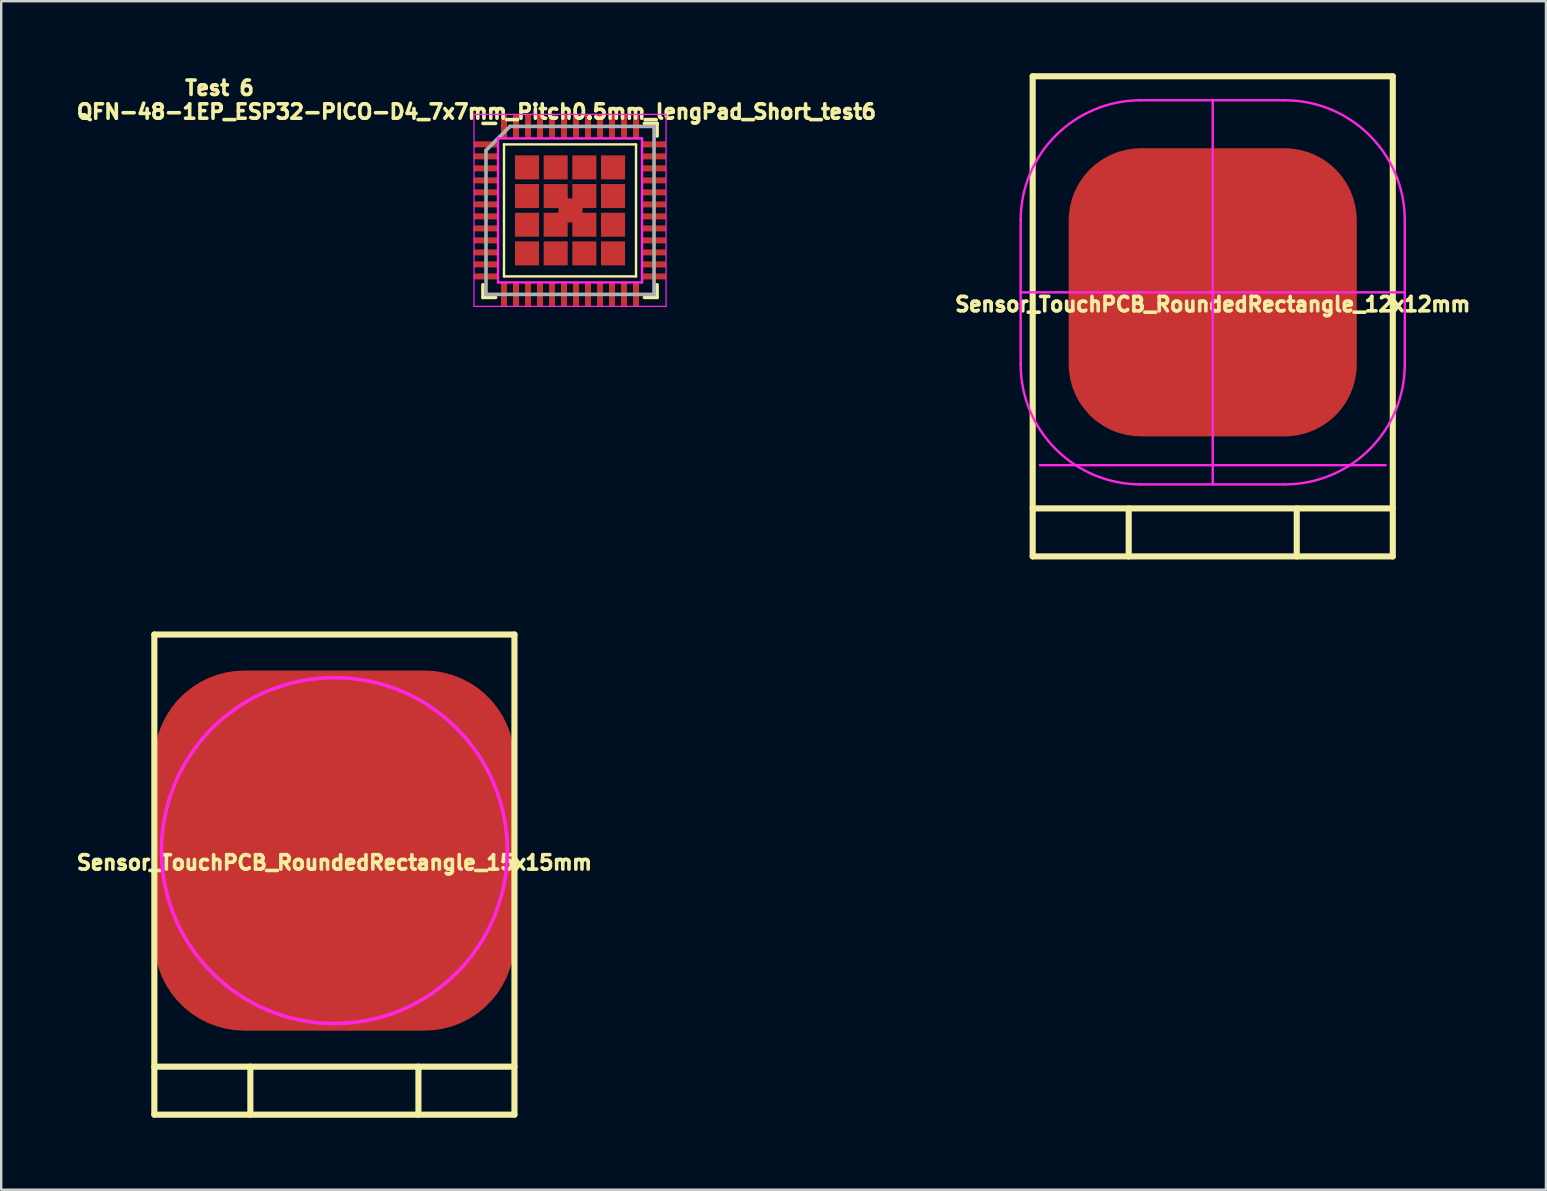
<source format=kicad_pcb>
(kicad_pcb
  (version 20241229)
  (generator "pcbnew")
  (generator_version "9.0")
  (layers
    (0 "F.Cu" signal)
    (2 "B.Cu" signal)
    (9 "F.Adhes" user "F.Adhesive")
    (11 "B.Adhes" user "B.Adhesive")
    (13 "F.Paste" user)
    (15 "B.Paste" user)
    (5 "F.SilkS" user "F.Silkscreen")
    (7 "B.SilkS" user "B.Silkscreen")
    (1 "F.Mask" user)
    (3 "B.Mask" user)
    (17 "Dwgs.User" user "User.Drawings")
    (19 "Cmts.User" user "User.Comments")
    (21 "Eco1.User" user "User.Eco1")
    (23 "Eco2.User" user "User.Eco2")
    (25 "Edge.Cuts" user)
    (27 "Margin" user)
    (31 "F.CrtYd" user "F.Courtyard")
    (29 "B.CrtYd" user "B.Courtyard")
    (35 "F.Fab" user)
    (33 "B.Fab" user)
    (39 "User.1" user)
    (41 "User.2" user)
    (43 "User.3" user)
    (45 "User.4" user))
  (footprint "Sensor_TouchPCB_RoundedRectangle_15x15mm"
    (layer "F.Cu")
    (at 10.879 32.381)
    (property "Reference" "Sensor_TouchPCB_RoundedRectangle_15x15mm" (at 0 0.5 0) (layer "F.SilkS") (effects (font (size 0.6 0.6) (thickness 0.15))))
    (attr through_hole)
    (fp_line (start -7.5 -9) (end 7.5 -9) (stroke (width 0.254) (type solid)) (layer "F.SilkS"))
    (fp_line (start -7.5 9) (end 7.5 9) (stroke (width 0.254) (type solid)) (layer "F.SilkS"))
    (fp_line (start -7.5 11) (end -7.5 -9) (stroke (width 0.254) (type solid)) (layer "F.SilkS"))
    (fp_line (start -3.5 9) (end -3.5 11) (stroke (width 0.254) (type solid)) (layer "F.SilkS"))
    (fp_line (start 3.5 9) (end 3.5 11) (stroke (width 0.254) (type solid)) (layer "F.SilkS"))
    (fp_line (start 7.5 -9) (end 7.5 11) (stroke (width 0.254) (type solid)) (layer "F.SilkS"))
    (fp_line (start 7.5 11) (end -7.5 11) (stroke (width 0.254) (type solid)) (layer "F.SilkS"))
    (fp_circle (center 0 0) (end 7.2 0.2) (stroke (width 0.15) (type solid)) (fill no) (layer "F.CrtYd"))
    (pad "1" smd roundrect (at 0 0) (size 15 15) (layers "F.Cu") (roundrect_rratio 0.25)))
  (footprint "QFN-48-1EP_ESP32-PICO-D4_7x7mm_Pitch0.5mm_lengPad_Short_test6"
    (layer "F.Cu")
    (at 20.694 5.714)
    (property "Reference" "QFN-48-1EP_ESP32-PICO-D4_7x7mm_Pitch0.5mm_lengPad_Short_test6" (at -3.9 -4.11 180) (layer "F.SilkS") (effects (font (size 0.6 0.6) (thickness 0.15))))
    (attr smd)
    (fp_line (start -3.625 -3.625) (end -3.1 -3.625) (stroke (width 0.15) (type solid)) (layer "F.SilkS"))
    (fp_line (start -3.625 3.625) (end -3.625 3.1) (stroke (width 0.15) (type solid)) (layer "F.SilkS"))
    (fp_line (start -3.625 3.625) (end -3.1 3.625) (stroke (width 0.15) (type solid)) (layer "F.SilkS"))
    (fp_line (start -2.75 -2.75) (end 2.75 -2.75) (stroke (width 0.1) (type solid)) (layer "F.SilkS"))
    (fp_line (start -2.75 2.75) (end -2.75 -2.75) (stroke (width 0.1) (type solid)) (layer "F.SilkS"))
    (fp_line (start -2.75 2.75) (end 2.75 2.75) (stroke (width 0.1) (type solid)) (layer "F.SilkS"))
    (fp_line (start 2.75 2.75) (end 2.75 -2.75) (stroke (width 0.1) (type solid)) (layer "F.SilkS"))
    (fp_line (start 3.625 -3.625) (end 3.1 -3.625) (stroke (width 0.15) (type solid)) (layer "F.SilkS"))
    (fp_line (start 3.625 -3.625) (end 3.625 -3.1) (stroke (width 0.15) (type solid)) (layer "F.SilkS"))
    (fp_line (start 3.625 3.625) (end 3.1 3.625) (stroke (width 0.15) (type solid)) (layer "F.SilkS"))
    (fp_line (start 3.625 3.625) (end 3.625 3.1) (stroke (width 0.15) (type solid)) (layer "F.SilkS"))
    (fp_line (start -4 -4) (end -4 4) (stroke (width 0.05) (type solid)) (layer "F.CrtYd"))
    (fp_line (start -4 -4) (end 4 -4) (stroke (width 0.05) (type solid)) (layer "F.CrtYd"))
    (fp_line (start -4 4) (end 4 4) (stroke (width 0.05) (type solid)) (layer "F.CrtYd"))
    (fp_line (start -3 -3) (end 3 -3) (stroke (width 0.1) (type solid)) (layer "F.CrtYd"))
    (fp_line (start -3 3) (end -3 -3) (stroke (width 0.1) (type solid)) (layer "F.CrtYd"))
    (fp_line (start 3 -3) (end 3 3) (stroke (width 0.1) (type solid)) (layer "F.CrtYd"))
    (fp_line (start 3 3) (end -3 3) (stroke (width 0.1) (type solid)) (layer "F.CrtYd"))
    (fp_line (start 4 -4) (end 4 4) (stroke (width 0.05) (type solid)) (layer "F.CrtYd"))
    (fp_line (start -3.5 -2.5) (end -2.5 -3.5) (stroke (width 0.15) (type solid)) (layer "F.Fab"))
    (fp_line (start -3.5 3.5) (end -3.5 -2.5) (stroke (width 0.15) (type solid)) (layer "F.Fab"))
    (fp_line (start -2.5 -3.5) (end 3.5 -3.5) (stroke (width 0.15) (type solid)) (layer "F.Fab"))
    (fp_line (start 3.5 -3.5) (end 3.5 3.5) (stroke (width 0.15) (type solid)) (layer "F.Fab"))
    (fp_line (start 3.5 3.5) (end -3.5 3.5) (stroke (width 0.15) (type solid)) (layer "F.Fab"))
    (fp_text user "Test 6" (at -14.6 -5.1 0) (layer "F.SilkS") (effects (font (size 0.6 0.6) (thickness 0.15))))
    (pad "1" smd rect (at -3.5 -2.75) (size 1 0.25) (layers "F.Cu" "F.Mask" "F.Paste"))
    (pad "2" smd rect (at -3.5 -2.25) (size 1 0.25) (layers "F.Cu" "F.Mask" "F.Paste"))
    (pad "3" smd rect (at -3.5 -1.75) (size 1 0.25) (layers "F.Cu" "F.Mask" "F.Paste"))
    (pad "4" smd rect (at -3.5 -1.25) (size 1 0.25) (layers "F.Cu" "F.Mask" "F.Paste"))
    (pad "5" smd rect (at -3.5 -0.75) (size 1 0.25) (layers "F.Cu" "F.Mask" "F.Paste"))
    (pad "6" smd rect (at -3.5 -0.25) (size 1 0.25) (layers "F.Cu" "F.Mask" "F.Paste"))
    (pad "7" smd rect (at -3.5 0.25) (size 1 0.25) (layers "F.Cu" "F.Mask" "F.Paste"))
    (pad "8" smd rect (at -3.5 0.75) (size 1 0.25) (layers "F.Cu" "F.Mask" "F.Paste"))
    (pad "9" smd rect (at -3.5 1.25) (size 1 0.25) (layers "F.Cu" "F.Mask" "F.Paste"))
    (pad "10" smd rect (at -3.5 1.75) (size 1 0.25) (layers "F.Cu" "F.Mask" "F.Paste"))
    (pad "11" smd rect (at -3.5 2.25) (size 1 0.25) (layers "F.Cu" "F.Mask" "F.Paste"))
    (pad "12" smd rect (at -3.5 2.75) (size 1 0.25) (layers "F.Cu" "F.Mask" "F.Paste"))
    (pad "13" smd rect (at -2.75 3.5 90) (size 1 0.25) (layers "F.Cu" "F.Mask" "F.Paste"))
    (pad "14" smd rect (at -2.25 3.5 90) (size 1 0.25) (layers "F.Cu" "F.Mask" "F.Paste"))
    (pad "15" smd rect (at -1.75 3.5 90) (size 1 0.25) (layers "F.Cu" "F.Mask" "F.Paste"))
    (pad "16" smd rect (at -1.25 3.5 90) (size 1 0.25) (layers "F.Cu" "F.Mask" "F.Paste"))
    (pad "17" smd rect (at -0.75 3.5 90) (size 1 0.25) (layers "F.Cu" "F.Mask" "F.Paste"))
    (pad "18" smd rect (at -0.25 3.5 90) (size 1 0.25) (layers "F.Cu" "F.Mask" "F.Paste"))
    (pad "19" smd rect (at 0.25 3.5 90) (size 1 0.25) (layers "F.Cu" "F.Mask" "F.Paste"))
    (pad "20" smd rect (at 0.75 3.5 90) (size 1 0.25) (layers "F.Cu" "F.Mask" "F.Paste"))
    (pad "21" smd rect (at 1.25 3.5 90) (size 1 0.25) (layers "F.Cu" "F.Mask" "F.Paste"))
    (pad "22" smd rect (at 1.75 3.5 90) (size 1 0.25) (layers "F.Cu" "F.Mask" "F.Paste"))
    (pad "23" smd rect (at 2.25 3.5 90) (size 1 0.25) (layers "F.Cu" "F.Mask" "F.Paste"))
    (pad "24" smd rect (at 2.75 3.5 90) (size 1 0.25) (layers "F.Cu" "F.Mask" "F.Paste"))
    (pad "25" smd rect (at 3.5 2.75) (size 1 0.25) (layers "F.Cu" "F.Mask" "F.Paste"))
    (pad "26" smd rect (at 3.5 2.25) (size 1 0.25) (layers "F.Cu" "F.Mask" "F.Paste"))
    (pad "27" smd rect (at 3.5 1.75) (size 1 0.25) (layers "F.Cu" "F.Mask" "F.Paste"))
    (pad "28" smd rect (at 3.5 1.25) (size 1 0.25) (layers "F.Cu" "F.Mask" "F.Paste"))
    (pad "29" smd rect (at 3.5 0.75) (size 1 0.25) (layers "F.Cu" "F.Mask" "F.Paste"))
    (pad "30" smd rect (at 3.5 0.25) (size 1 0.25) (layers "F.Cu" "F.Mask" "F.Paste"))
    (pad "31" smd rect (at 3.5 -0.25) (size 1 0.25) (layers "F.Cu" "F.Mask" "F.Paste"))
    (pad "32" smd rect (at 3.5 -0.75) (size 1 0.25) (layers "F.Cu" "F.Mask" "F.Paste"))
    (pad "33" smd rect (at 3.5 -1.25) (size 1 0.25) (layers "F.Cu" "F.Mask" "F.Paste"))
    (pad "34" smd rect (at 3.5 -1.75) (size 1 0.25) (layers "F.Cu" "F.Mask" "F.Paste"))
    (pad "35" smd rect (at 3.5 -2.25) (size 1 0.25) (layers "F.Cu" "F.Mask" "F.Paste"))
    (pad "36" smd rect (at 3.5 -2.75) (size 1 0.25) (layers "F.Cu" "F.Mask" "F.Paste"))
    (pad "37" smd rect (at 2.75 -3.5 90) (size 1 0.25) (layers "F.Cu" "F.Mask" "F.Paste"))
    (pad "38" smd rect (at 2.25 -3.5 90) (size 1 0.25) (layers "F.Cu" "F.Mask" "F.Paste"))
    (pad "39" smd rect (at 1.75 -3.5 90) (size 1 0.25) (layers "F.Cu" "F.Mask" "F.Paste"))
    (pad "40" smd rect (at 1.25 -3.5 90) (size 1 0.25) (layers "F.Cu" "F.Mask" "F.Paste"))
    (pad "41" smd rect (at 0.75 -3.5 90) (size 1 0.25) (layers "F.Cu" "F.Mask" "F.Paste"))
    (pad "42" smd rect (at 0.25 -3.5 90) (size 1 0.25) (layers "F.Cu" "F.Mask" "F.Paste"))
    (pad "43" smd rect (at -0.25 -3.5 90) (size 1 0.25) (layers "F.Cu" "F.Mask" "F.Paste"))
    (pad "44" smd rect (at -0.75 -3.5 90) (size 1 0.25) (layers "F.Cu" "F.Mask" "F.Paste"))
    (pad "45" smd rect (at -1.25 -3.5 90) (size 1 0.25) (layers "F.Cu" "F.Mask" "F.Paste"))
    (pad "46" smd rect (at -1.75 -3.5 90) (size 1 0.25) (layers "F.Cu" "F.Mask" "F.Paste"))
    (pad "47" smd rect (at -2.25 -3.5 90) (size 1 0.25) (layers "F.Cu" "F.Mask" "F.Paste"))
    (pad "48" smd rect (at -2.75 -3.5 90) (size 1 0.25) (layers "F.Cu" "F.Mask" "F.Paste"))
    (pad "49" smd rect (at -1.791 -1.791) (size 1 1) (layers "F.Cu" "F.Mask" "F.Paste"))
    (pad "49" smd rect (at -1.791 -0.597) (size 1 1) (layers "F.Cu" "F.Mask"))
    (pad "49" smd rect (at -1.791 0.597) (size 1 1) (layers "F.Cu" "F.Mask"))
    (pad "49" smd rect (at -1.791 1.791) (size 1 1) (layers "F.Cu" "F.Mask" "F.Paste"))
    (pad "49" smd rect (at -0.597 -1.791) (size 1 1) (layers "F.Cu" "F.Mask"))
    (pad "49" smd rect (at -0.597 -0.597) (size 1 1) (layers "F.Cu" "F.Mask"))
    (pad "49" smd rect (at -0.597 0.597) (size 1 1) (layers "F.Cu" "F.Mask"))
    (pad "49" smd rect (at -0.597 1.791) (size 1 1) (layers "F.Cu" "F.Mask"))
    (pad "49" smd rect (at 0.02 0) (size 1 1) (layers "F.Cu" "F.Mask" "F.Paste"))
    (pad "49" smd rect (at 0.597 -1.791) (size 1 1) (layers "F.Cu" "F.Mask"))
    (pad "49" smd rect (at 0.597 -0.597) (size 1 1) (layers "F.Cu" "F.Mask"))
    (pad "49" smd rect (at 0.597 0.597) (size 1 1) (layers "F.Cu" "F.Mask"))
    (pad "49" smd rect (at 0.597 1.791) (size 1 1) (layers "F.Cu" "F.Mask"))
    (pad "49" smd rect (at 1.791 -1.791) (size 1 1) (layers "F.Cu" "F.Mask" "F.Paste"))
    (pad "49" smd rect (at 1.791 -0.597) (size 1 1) (layers "F.Cu" "F.Mask"))
    (pad "49" smd rect (at 1.791 0.597) (size 1 1) (layers "F.Cu" "F.Mask"))
    (pad "49" smd rect (at 1.791 1.791) (size 1 1) (layers "F.Cu" "F.Mask" "F.Paste")))
  (footprint "Sensor_TouchPCB_RoundedRectangle_12x12mm"
    (layer "F.Cu")
    (at 47.466 9.127)
    (property "Reference" "Sensor_TouchPCB_RoundedRectangle_12x12mm" (at 0 0.5 0) (layer "F.SilkS") (effects (font (size 0.6 0.6) (thickness 0.15))))
    (attr through_hole)
    (fp_line (start -7.5 -9) (end 7.5 -9) (stroke (width 0.254) (type solid)) (layer "F.SilkS"))
    (fp_line (start -7.5 9) (end 7.5 9) (stroke (width 0.254) (type solid)) (layer "F.SilkS"))
    (fp_line (start -7.5 11) (end -7.5 -9) (stroke (width 0.254) (type solid)) (layer "F.SilkS"))
    (fp_line (start -3.5 9) (end -3.5 11) (stroke (width 0.254) (type solid)) (layer "F.SilkS"))
    (fp_line (start 3.5 9) (end 3.5 11) (stroke (width 0.254) (type solid)) (layer "F.SilkS"))
    (fp_line (start 7.5 -9) (end 7.5 11) (stroke (width 0.254) (type solid)) (layer "F.SilkS"))
    (fp_line (start 7.5 11) (end -7.5 11) (stroke (width 0.254) (type solid)) (layer "F.SilkS"))
    (fp_line (start -8 -3) (end -8 3) (stroke (width 0.1) (type solid)) (layer "F.CrtYd"))
    (fp_line (start -8 0) (end 8 0) (stroke (width 0.1) (type solid)) (layer "F.CrtYd"))
    (fp_line (start -3 -8) (end 3 -8) (stroke (width 0.1) (type solid)) (layer "F.CrtYd"))
    (fp_line (start -3 8) (end 3 8) (stroke (width 0.1) (type solid)) (layer "F.CrtYd"))
    (fp_line (start 0 -8) (end 0 8) (stroke (width 0.1) (type solid)) (layer "F.CrtYd"))
    (fp_line (start 7.2 7.2) (end -7.2 7.2) (stroke (width 0.1) (type solid)) (layer "F.CrtYd"))
    (fp_line (start 8 -3) (end 8 3) (stroke (width 0.1) (type solid)) (layer "F.CrtYd"))
    (fp_arc (start -8 -3) (mid -6.535534 -6.535534) (end -3 -8) (stroke (width 0.1) (type solid)) (layer "F.CrtYd"))
    (fp_arc (start -3 8) (mid -6.535534 6.535534) (end -8 3) (stroke (width 0.1) (type solid)) (layer "F.CrtYd"))
    (fp_arc (start 3 -8) (mid 6.535534 -6.535534) (end 8 -3) (stroke (width 0.1) (type solid)) (layer "F.CrtYd"))
    (fp_arc (start 8 3) (mid 6.535534 6.535534) (end 3 8) (stroke (width 0.1) (type solid)) (layer "F.CrtYd"))
    (pad "1" smd roundrect (at 0 0) (size 12 12) (layers "F.Cu") (roundrect_rratio 0.25)))
  (gr_rect
    (start -3 -3)
    (end 61.346 46.508)
    (stroke (width 0.1) (type default))
    (fill no)
    (layer "Edge.Cuts")))
</source>
